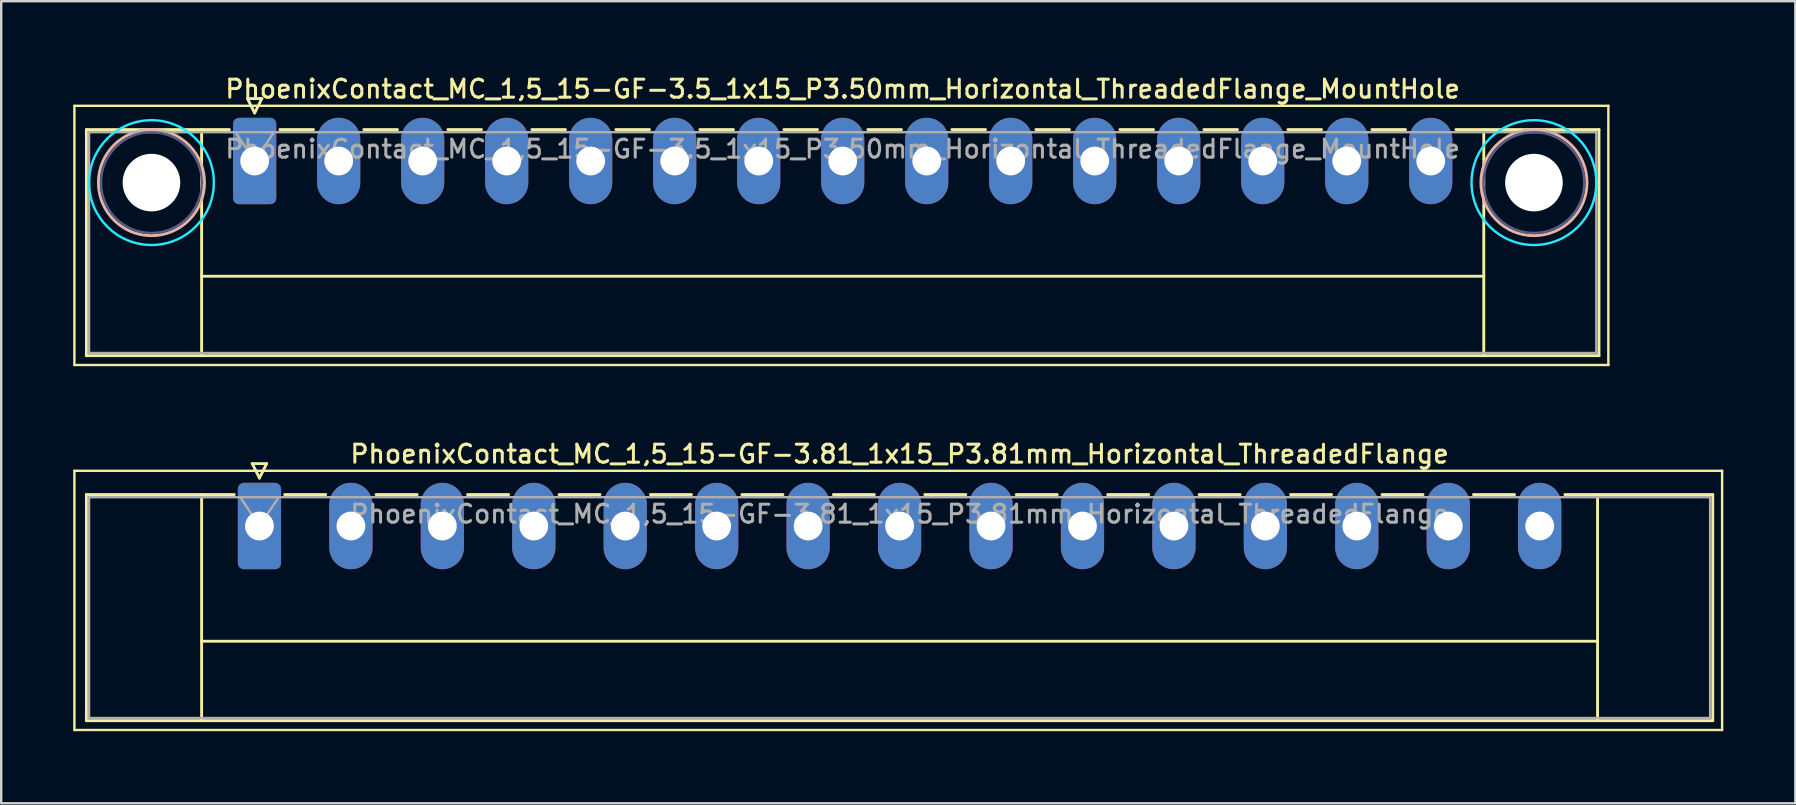
<source format=kicad_pcb>
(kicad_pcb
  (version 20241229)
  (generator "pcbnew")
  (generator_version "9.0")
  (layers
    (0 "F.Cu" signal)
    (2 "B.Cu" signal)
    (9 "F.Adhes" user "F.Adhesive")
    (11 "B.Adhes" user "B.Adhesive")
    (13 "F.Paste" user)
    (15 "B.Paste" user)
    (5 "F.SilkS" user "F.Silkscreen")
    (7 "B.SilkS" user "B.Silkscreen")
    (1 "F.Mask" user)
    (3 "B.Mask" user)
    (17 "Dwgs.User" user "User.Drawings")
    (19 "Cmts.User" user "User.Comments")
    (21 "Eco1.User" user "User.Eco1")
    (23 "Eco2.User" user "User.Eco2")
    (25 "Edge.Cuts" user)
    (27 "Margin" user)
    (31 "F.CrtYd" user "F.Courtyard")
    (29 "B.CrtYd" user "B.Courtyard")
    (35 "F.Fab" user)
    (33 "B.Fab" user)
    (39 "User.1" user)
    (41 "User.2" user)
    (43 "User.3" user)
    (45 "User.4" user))
  (footprint "PhoenixContact_MC_1,5_15-GF-3.81_1x15_P3.81mm_Horizontal_ThreadedFlange"
    (layer "F.Cu")
    (at 7.76 18.866)
    (property "Reference" "PhoenixContact_MC_1,5_15-GF-3.81_1x15_P3.81mm_Horizontal_ThreadedFlange" (at 26.67 -3 0) (layer "F.SilkS") (effects (font (size 0.75 0.75) (thickness 0.125))))
    (attr through_hole)
    (fp_line (start -7.71 -2.3) (end -7.71 8.5) (stroke (width 0.1) (type solid)) (layer "F.SilkS"))
    (fp_line (start -7.71 8.5) (end 60.94 8.5) (stroke (width 0.1) (type solid)) (layer "F.SilkS"))
    (fp_line (start -7.21 -1.31) (end -7.21 8.11) (stroke (width 0.12) (type solid)) (layer "F.SilkS"))
    (fp_line (start -7.21 -1.31) (end -1.05 -1.31) (stroke (width 0.12) (type solid)) (layer "F.SilkS"))
    (fp_line (start -7.21 8.11) (end 60.55 8.11) (stroke (width 0.12) (type solid)) (layer "F.SilkS"))
    (fp_line (start -2.41 -1.31) (end -2.41 8.11) (stroke (width 0.12) (type solid)) (layer "F.SilkS"))
    (fp_line (start -2.41 4.8) (end 55.75 4.8) (stroke (width 0.12) (type solid)) (layer "F.SilkS"))
    (fp_line (start -0.3 -2.6) (end 0.3 -2.6) (stroke (width 0.12) (type solid)) (layer "F.SilkS"))
    (fp_line (start 0 -2) (end -0.3 -2.6) (stroke (width 0.12) (type solid)) (layer "F.SilkS"))
    (fp_line (start 0.3 -2.6) (end 0 -2) (stroke (width 0.12) (type solid)) (layer "F.SilkS"))
    (fp_line (start 1.05 -1.31) (end 2.76 -1.31) (stroke (width 0.12) (type solid)) (layer "F.SilkS"))
    (fp_line (start 4.86 -1.31) (end 6.57 -1.31) (stroke (width 0.12) (type solid)) (layer "F.SilkS"))
    (fp_line (start 8.67 -1.31) (end 10.38 -1.31) (stroke (width 0.12) (type solid)) (layer "F.SilkS"))
    (fp_line (start 12.48 -1.31) (end 14.19 -1.31) (stroke (width 0.12) (type solid)) (layer "F.SilkS"))
    (fp_line (start 16.29 -1.31) (end 18 -1.31) (stroke (width 0.12) (type solid)) (layer "F.SilkS"))
    (fp_line (start 20.1 -1.31) (end 21.81 -1.31) (stroke (width 0.12) (type solid)) (layer "F.SilkS"))
    (fp_line (start 23.91 -1.31) (end 25.62 -1.31) (stroke (width 0.12) (type solid)) (layer "F.SilkS"))
    (fp_line (start 27.72 -1.31) (end 29.43 -1.31) (stroke (width 0.12) (type solid)) (layer "F.SilkS"))
    (fp_line (start 31.53 -1.31) (end 33.24 -1.31) (stroke (width 0.12) (type solid)) (layer "F.SilkS"))
    (fp_line (start 35.34 -1.31) (end 37.05 -1.31) (stroke (width 0.12) (type solid)) (layer "F.SilkS"))
    (fp_line (start 39.15 -1.31) (end 40.86 -1.31) (stroke (width 0.12) (type solid)) (layer "F.SilkS"))
    (fp_line (start 42.96 -1.31) (end 44.67 -1.31) (stroke (width 0.12) (type solid)) (layer "F.SilkS"))
    (fp_line (start 46.77 -1.31) (end 48.48 -1.31) (stroke (width 0.12) (type solid)) (layer "F.SilkS"))
    (fp_line (start 50.58 -1.31) (end 52.29 -1.31) (stroke (width 0.12) (type solid)) (layer "F.SilkS"))
    (fp_line (start 55.75 -1.31) (end 55.75 8.11) (stroke (width 0.12) (type solid)) (layer "F.SilkS"))
    (fp_line (start 60.55 -1.31) (end 54.39 -1.31) (stroke (width 0.12) (type solid)) (layer "F.SilkS"))
    (fp_line (start 60.55 8.11) (end 60.55 -1.31) (stroke (width 0.12) (type solid)) (layer "F.SilkS"))
    (fp_line (start 60.94 -2.3) (end -7.71 -2.3) (stroke (width 0.1) (type solid)) (layer "F.SilkS"))
    (fp_line (start 60.94 8.5) (end 60.94 -2.3) (stroke (width 0.1) (type solid)) (layer "F.SilkS"))
    (fp_line (start -7.1 -1.2) (end -7.1 8) (stroke (width 0.1) (type solid)) (layer "F.Fab"))
    (fp_line (start -7.1 8) (end 60.44 8) (stroke (width 0.1) (type solid)) (layer "F.Fab"))
    (fp_line (start 0 0) (end -0.8 -1.2) (stroke (width 0.1) (type solid)) (layer "F.Fab"))
    (fp_line (start 0.8 -1.2) (end 0 0) (stroke (width 0.1) (type solid)) (layer "F.Fab"))
    (fp_line (start 60.44 -1.2) (end -7.1 -1.2) (stroke (width 0.1) (type solid)) (layer "F.Fab"))
    (fp_line (start 60.44 8) (end 60.44 -1.2) (stroke (width 0.1) (type solid)) (layer "F.Fab"))
    (fp_text user "${REFERENCE}" (at 26.67 -0.5 0) (layer "F.Fab") (effects (font (size 0.75 0.75) (thickness 0.125))))
    (pad "1" thru_hole roundrect (at 0 0) (size 1.8 3.6) (drill 1.2) (layers "*.Cu" "*.Mask") (roundrect_rratio 0.139))
    (pad "2" thru_hole oval (at 3.81 0) (size 1.8 3.6) (drill 1.2) (layers "*.Cu" "*.Mask"))
    (pad "3" thru_hole oval (at 7.62 0) (size 1.8 3.6) (drill 1.2) (layers "*.Cu" "*.Mask"))
    (pad "4" thru_hole oval (at 11.43 0) (size 1.8 3.6) (drill 1.2) (layers "*.Cu" "*.Mask"))
    (pad "5" thru_hole oval (at 15.24 0) (size 1.8 3.6) (drill 1.2) (layers "*.Cu" "*.Mask"))
    (pad "6" thru_hole oval (at 19.05 0) (size 1.8 3.6) (drill 1.2) (layers "*.Cu" "*.Mask"))
    (pad "7" thru_hole oval (at 22.86 0) (size 1.8 3.6) (drill 1.2) (layers "*.Cu" "*.Mask"))
    (pad "8" thru_hole oval (at 26.67 0) (size 1.8 3.6) (drill 1.2) (layers "*.Cu" "*.Mask"))
    (pad "9" thru_hole oval (at 30.48 0) (size 1.8 3.6) (drill 1.2) (layers "*.Cu" "*.Mask"))
    (pad "10" thru_hole oval (at 34.29 0) (size 1.8 3.6) (drill 1.2) (layers "*.Cu" "*.Mask"))
    (pad "11" thru_hole oval (at 38.1 0) (size 1.8 3.6) (drill 1.2) (layers "*.Cu" "*.Mask"))
    (pad "12" thru_hole oval (at 41.91 0) (size 1.8 3.6) (drill 1.2) (layers "*.Cu" "*.Mask"))
    (pad "13" thru_hole oval (at 45.72 0) (size 1.8 3.6) (drill 1.2) (layers "*.Cu" "*.Mask"))
    (pad "14" thru_hole oval (at 49.53 0) (size 1.8 3.6) (drill 1.2) (layers "*.Cu" "*.Mask"))
    (pad "15" thru_hole oval (at 53.34 0) (size 1.8 3.6) (drill 1.2) (layers "*.Cu" "*.Mask")))
  (footprint "PhoenixContact_MC_1,5_15-GF-3.5_1x15_P3.50mm_Horizontal_ThreadedFlange_MountHole"
    (layer "F.Cu")
    (at 7.56 3.658)
    (property "Reference" "PhoenixContact_MC_1,5_15-GF-3.5_1x15_P3.50mm_Horizontal_ThreadedFlange_MountHole" (at 24.5 -3 0) (layer "F.SilkS") (effects (font (size 0.75 0.75) (thickness 0.125))))
    (attr through_hole)
    (fp_line (start -7.51 -2.3) (end -7.51 8.5) (stroke (width 0.1) (type solid)) (layer "F.SilkS"))
    (fp_line (start -7.51 8.5) (end 56.4 8.5) (stroke (width 0.1) (type solid)) (layer "F.SilkS"))
    (fp_line (start -7.01 -1.31) (end -7.01 8.11) (stroke (width 0.12) (type solid)) (layer "F.SilkS"))
    (fp_line (start -7.01 -1.31) (end -1.05 -1.31) (stroke (width 0.12) (type solid)) (layer "F.SilkS"))
    (fp_line (start -7.01 8.11) (end 56.01 8.11) (stroke (width 0.12) (type solid)) (layer "F.SilkS"))
    (fp_line (start -2.21 -1.31) (end -2.21 8.11) (stroke (width 0.12) (type solid)) (layer "F.SilkS"))
    (fp_line (start -2.21 4.8) (end 51.21 4.8) (stroke (width 0.12) (type solid)) (layer "F.SilkS"))
    (fp_line (start -0.3 -2.6) (end 0.3 -2.6) (stroke (width 0.12) (type solid)) (layer "F.SilkS"))
    (fp_line (start 0 -2) (end -0.3 -2.6) (stroke (width 0.12) (type solid)) (layer "F.SilkS"))
    (fp_line (start 0.3 -2.6) (end 0 -2) (stroke (width 0.12) (type solid)) (layer "F.SilkS"))
    (fp_line (start 1.05 -1.31) (end 2.45 -1.31) (stroke (width 0.12) (type solid)) (layer "F.SilkS"))
    (fp_line (start 4.55 -1.31) (end 5.95 -1.31) (stroke (width 0.12) (type solid)) (layer "F.SilkS"))
    (fp_line (start 8.05 -1.31) (end 9.45 -1.31) (stroke (width 0.12) (type solid)) (layer "F.SilkS"))
    (fp_line (start 11.55 -1.31) (end 12.95 -1.31) (stroke (width 0.12) (type solid)) (layer "F.SilkS"))
    (fp_line (start 15.05 -1.31) (end 16.45 -1.31) (stroke (width 0.12) (type solid)) (layer "F.SilkS"))
    (fp_line (start 18.55 -1.31) (end 19.95 -1.31) (stroke (width 0.12) (type solid)) (layer "F.SilkS"))
    (fp_line (start 22.05 -1.31) (end 23.45 -1.31) (stroke (width 0.12) (type solid)) (layer "F.SilkS"))
    (fp_line (start 25.55 -1.31) (end 26.95 -1.31) (stroke (width 0.12) (type solid)) (layer "F.SilkS"))
    (fp_line (start 29.05 -1.31) (end 30.45 -1.31) (stroke (width 0.12) (type solid)) (layer "F.SilkS"))
    (fp_line (start 32.55 -1.31) (end 33.95 -1.31) (stroke (width 0.12) (type solid)) (layer "F.SilkS"))
    (fp_line (start 36.05 -1.31) (end 37.45 -1.31) (stroke (width 0.12) (type solid)) (layer "F.SilkS"))
    (fp_line (start 39.55 -1.31) (end 40.95 -1.31) (stroke (width 0.12) (type solid)) (layer "F.SilkS"))
    (fp_line (start 43.05 -1.31) (end 44.45 -1.31) (stroke (width 0.12) (type solid)) (layer "F.SilkS"))
    (fp_line (start 46.55 -1.31) (end 47.95 -1.31) (stroke (width 0.12) (type solid)) (layer "F.SilkS"))
    (fp_line (start 51.21 -1.31) (end 51.21 8.11) (stroke (width 0.12) (type solid)) (layer "F.SilkS"))
    (fp_line (start 56.01 -1.31) (end 50.05 -1.31) (stroke (width 0.12) (type solid)) (layer "F.SilkS"))
    (fp_line (start 56.01 8.11) (end 56.01 -1.31) (stroke (width 0.12) (type solid)) (layer "F.SilkS"))
    (fp_line (start 56.4 -2.3) (end -7.51 -2.3) (stroke (width 0.1) (type solid)) (layer "F.SilkS"))
    (fp_line (start 56.4 8.5) (end 56.4 -2.3) (stroke (width 0.1) (type solid)) (layer "F.SilkS"))
    (fp_circle (center -4.3 0.9) (end -2.09 0.9) (stroke (width 0.12) (type solid)) (fill no) (layer "B.SilkS"))
    (fp_circle (center 53.3 0.9) (end 55.51 0.9) (stroke (width 0.12) (type solid)) (fill no) (layer "B.SilkS"))
    (fp_circle (center -4.3 0.9) (end -1.7 0.9) (stroke (width 0.1) (type solid)) (fill no) (layer "B.CrtYd"))
    (fp_circle (center 53.3 0.9) (end 55.9 0.9) (stroke (width 0.1) (type solid)) (fill no) (layer "B.CrtYd"))
    (fp_circle (center -4.3 0.9) (end -2.2 0.9) (stroke (width 0.1) (type solid)) (fill no) (layer "B.Fab"))
    (fp_circle (center 53.3 0.9) (end 55.4 0.9) (stroke (width 0.1) (type solid)) (fill no) (layer "B.Fab"))
    (fp_line (start -6.9 -1.2) (end -6.9 8) (stroke (width 0.1) (type solid)) (layer "F.Fab"))
    (fp_line (start -6.9 8) (end 55.9 8) (stroke (width 0.1) (type solid)) (layer "F.Fab"))
    (fp_line (start 0 0) (end -0.8 -1.2) (stroke (width 0.1) (type solid)) (layer "F.Fab"))
    (fp_line (start 0.8 -1.2) (end 0 0) (stroke (width 0.1) (type solid)) (layer "F.Fab"))
    (fp_line (start 55.9 -1.2) (end -6.9 -1.2) (stroke (width 0.1) (type solid)) (layer "F.Fab"))
    (fp_line (start 55.9 8) (end 55.9 -1.2) (stroke (width 0.1) (type solid)) (layer "F.Fab"))
    (fp_text user "${REFERENCE}" (at 24.5 -0.5 0) (layer "F.Fab") (effects (font (size 0.75 0.75) (thickness 0.125))))
    (pad "" np_thru_hole circle (at -4.3 0.9) (size 2.4 2.4) (drill 2.4) (layers "*.Cu" "*.Mask"))
    (pad "" np_thru_hole circle (at 53.3 0.9) (size 2.4 2.4) (drill 2.4) (layers "*.Cu" "*.Mask"))
    (pad "1" thru_hole roundrect (at 0 0) (size 1.8 3.6) (drill 1.2) (layers "*.Cu" "*.Mask") (roundrect_rratio 0.139))
    (pad "2" thru_hole oval (at 3.5 0) (size 1.8 3.6) (drill 1.2) (layers "*.Cu" "*.Mask"))
    (pad "3" thru_hole oval (at 7 0) (size 1.8 3.6) (drill 1.2) (layers "*.Cu" "*.Mask"))
    (pad "4" thru_hole oval (at 10.5 0) (size 1.8 3.6) (drill 1.2) (layers "*.Cu" "*.Mask"))
    (pad "5" thru_hole oval (at 14 0) (size 1.8 3.6) (drill 1.2) (layers "*.Cu" "*.Mask"))
    (pad "6" thru_hole oval (at 17.5 0) (size 1.8 3.6) (drill 1.2) (layers "*.Cu" "*.Mask"))
    (pad "7" thru_hole oval (at 21 0) (size 1.8 3.6) (drill 1.2) (layers "*.Cu" "*.Mask"))
    (pad "8" thru_hole oval (at 24.5 0) (size 1.8 3.6) (drill 1.2) (layers "*.Cu" "*.Mask"))
    (pad "9" thru_hole oval (at 28 0) (size 1.8 3.6) (drill 1.2) (layers "*.Cu" "*.Mask"))
    (pad "10" thru_hole oval (at 31.5 0) (size 1.8 3.6) (drill 1.2) (layers "*.Cu" "*.Mask"))
    (pad "11" thru_hole oval (at 35 0) (size 1.8 3.6) (drill 1.2) (layers "*.Cu" "*.Mask"))
    (pad "12" thru_hole oval (at 38.5 0) (size 1.8 3.6) (drill 1.2) (layers "*.Cu" "*.Mask"))
    (pad "13" thru_hole oval (at 42 0) (size 1.8 3.6) (drill 1.2) (layers "*.Cu" "*.Mask"))
    (pad "14" thru_hole oval (at 45.5 0) (size 1.8 3.6) (drill 1.2) (layers "*.Cu" "*.Mask"))
    (pad "15" thru_hole oval (at 49 0) (size 1.8 3.6) (drill 1.2) (layers "*.Cu" "*.Mask")))
  (gr_rect
    (start -3 -3)
    (end 71.75 30.416)
    (stroke (width 0.1) (type default))
    (fill no)
    (layer "Edge.Cuts")))
</source>
